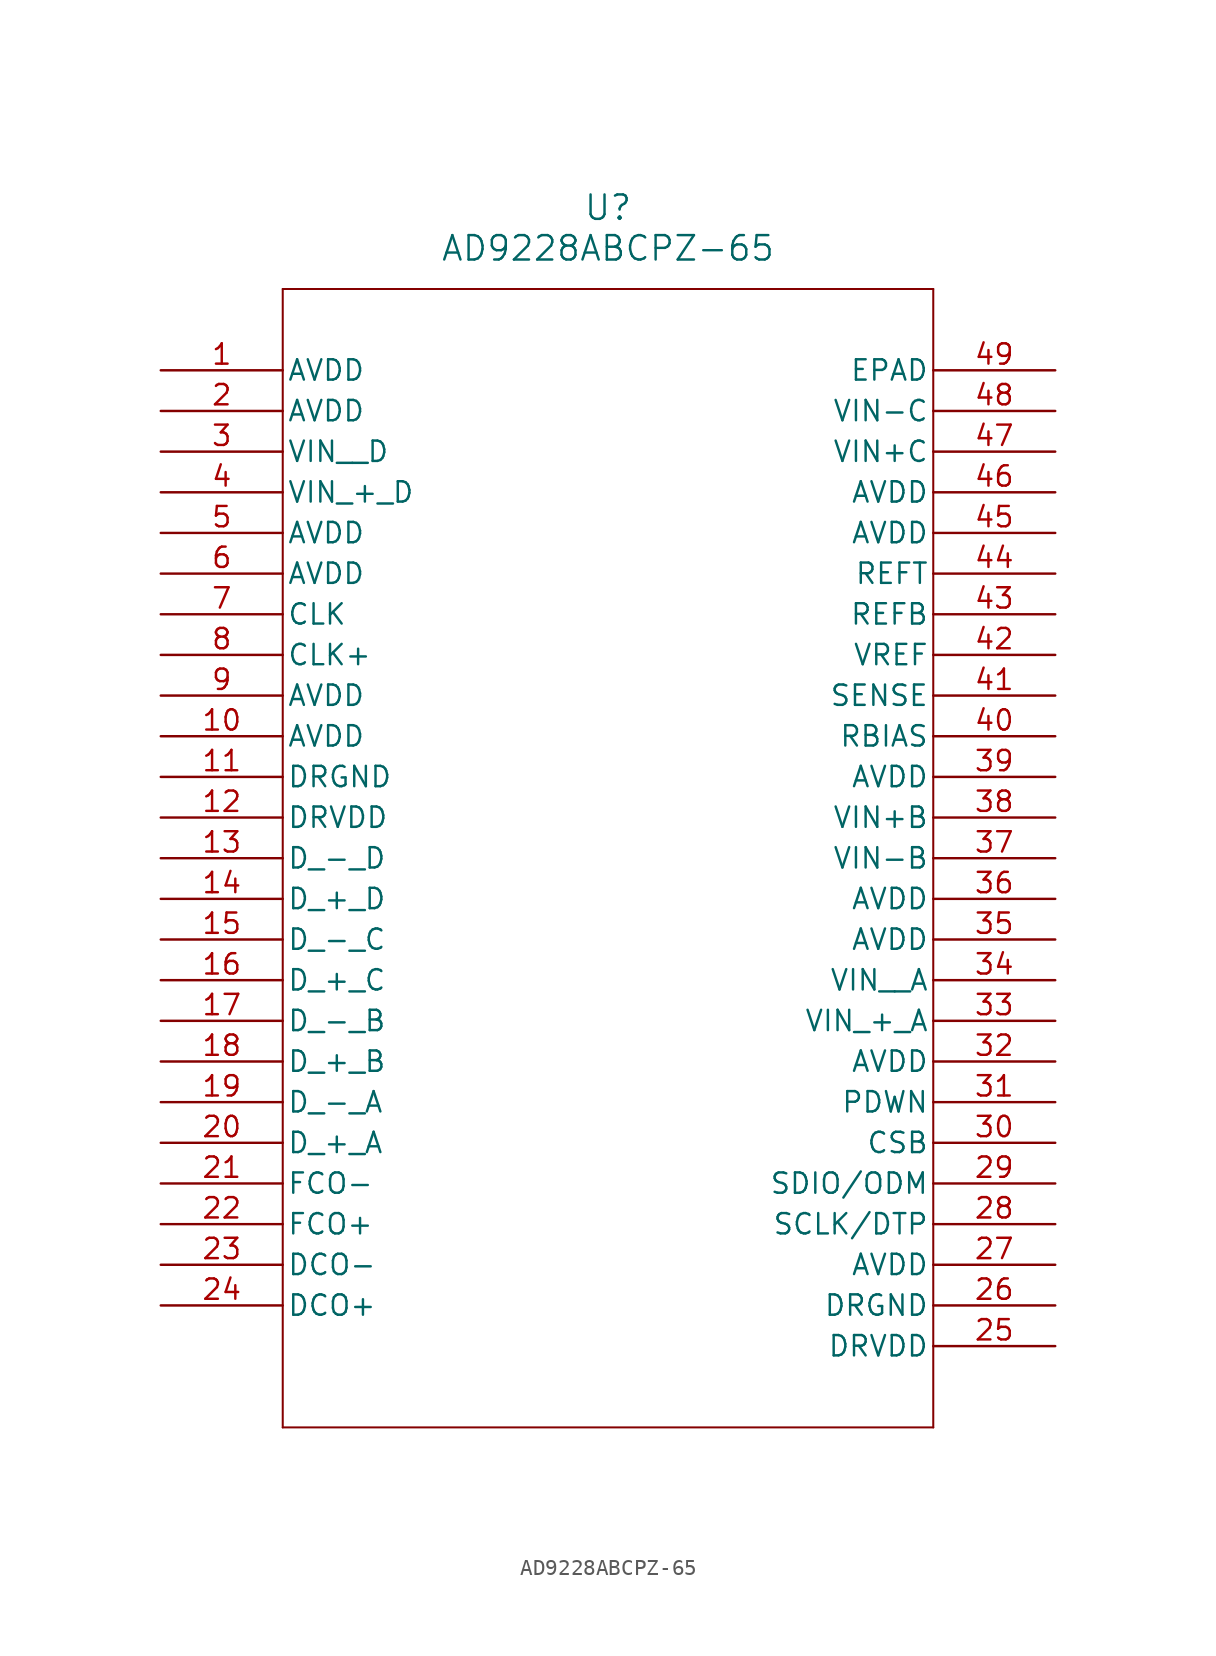
<source format=kicad_sym>
(kicad_symbol_lib
  (version 20231120)
  (generator "kicad_symbol_editor")
  (generator_version "8.0")
  (symbol "AD9228ABCPZ-65"
    (pin_names
      (offset 0.254))
    (property "Reference" "U"
      (at 27.94 10.16 0)
      (effects (font (size 1.524 1.524))))
    (property "Value" "AD9228ABCPZ-65"
      (at 27.94 7.62 0)
      (effects (font (size 1.524 1.524))))
    (property "ki_locked" ""
      (at 0 0 0)
      (effects (font (size 1.27 1.27))))
    (symbol "AD9228ABCPZ-65_0_1"
      (polyline (pts (xy 7.62 -66.04) (xy 48.26 -66.04)) (stroke (width 0.127) (type default)) (fill (type none)))
      (polyline (pts (xy 7.62 5.08) (xy 7.62 -66.04)) (stroke (width 0.127) (type default)) (fill (type none)))
      (polyline (pts (xy 48.26 -66.04) (xy 48.26 5.08)) (stroke (width 0.127) (type default)) (fill (type none)))
      (polyline (pts (xy 48.26 5.08) (xy 7.62 5.08)) (stroke (width 0.127) (type default)) (fill (type none)))
      (pin power_in line (at 0 0 0) (length 7.62) (name "AVDD" (effects (font (size 1.27 1.27)))) (number "1" (effects (font (size 1.27 1.27)))))
      (pin power_in line (at 0 -22.86 0) (length 7.62) (name "AVDD" (effects (font (size 1.27 1.27)))) (number "10" (effects (font (size 1.27 1.27)))))
      (pin power_out line (at 0 -25.4 0) (length 7.62) (name "DRGND" (effects (font (size 1.27 1.27)))) (number "11" (effects (font (size 1.27 1.27)))))
      (pin power_in line (at 0 -27.94 0) (length 7.62) (name "DRVDD" (effects (font (size 1.27 1.27)))) (number "12" (effects (font (size 1.27 1.27)))))
      (pin unspecified line (at 0 -30.48 0) (length 7.62) (name "D_-_D" (effects (font (size 1.27 1.27)))) (number "13" (effects (font (size 1.27 1.27)))))
      (pin unspecified line (at 0 -33.02 0) (length 7.62) (name "D_+_D" (effects (font (size 1.27 1.27)))) (number "14" (effects (font (size 1.27 1.27)))))
      (pin unspecified line (at 0 -35.56 0) (length 7.62) (name "D_-_C" (effects (font (size 1.27 1.27)))) (number "15" (effects (font (size 1.27 1.27)))))
      (pin unspecified line (at 0 -38.1 0) (length 7.62) (name "D_+_C" (effects (font (size 1.27 1.27)))) (number "16" (effects (font (size 1.27 1.27)))))
      (pin unspecified line (at 0 -40.64 0) (length 7.62) (name "D_-_B" (effects (font (size 1.27 1.27)))) (number "17" (effects (font (size 1.27 1.27)))))
      (pin unspecified line (at 0 -43.18 0) (length 7.62) (name "D_+_B" (effects (font (size 1.27 1.27)))) (number "18" (effects (font (size 1.27 1.27)))))
      (pin unspecified line (at 0 -45.72 0) (length 7.62) (name "D_-_A" (effects (font (size 1.27 1.27)))) (number "19" (effects (font (size 1.27 1.27)))))
      (pin power_in line (at 0 -2.54 0) (length 7.62) (name "AVDD" (effects (font (size 1.27 1.27)))) (number "2" (effects (font (size 1.27 1.27)))))
      (pin unspecified line (at 0 -48.26 0) (length 7.62) (name "D_+_A" (effects (font (size 1.27 1.27)))) (number "20" (effects (font (size 1.27 1.27)))))
      (pin output line (at 0 -50.8 0) (length 7.62) (name "FCO-" (effects (font (size 1.27 1.27)))) (number "21" (effects (font (size 1.27 1.27)))))
      (pin output line (at 0 -53.34 0) (length 7.62) (name "FCO+" (effects (font (size 1.27 1.27)))) (number "22" (effects (font (size 1.27 1.27)))))
      (pin output line (at 0 -55.88 0) (length 7.62) (name "DCO-" (effects (font (size 1.27 1.27)))) (number "23" (effects (font (size 1.27 1.27)))))
      (pin output line (at 0 -58.42 0) (length 7.62) (name "DCO+" (effects (font (size 1.27 1.27)))) (number "24" (effects (font (size 1.27 1.27)))))
      (pin power_in line (at 55.88 -60.96 180) (length 7.62) (name "DRVDD" (effects (font (size 1.27 1.27)))) (number "25" (effects (font (size 1.27 1.27)))))
      (pin power_out line (at 55.88 -58.42 180) (length 7.62) (name "DRGND" (effects (font (size 1.27 1.27)))) (number "26" (effects (font (size 1.27 1.27)))))
      (pin power_in line (at 55.88 -55.88 180) (length 7.62) (name "AVDD" (effects (font (size 1.27 1.27)))) (number "27" (effects (font (size 1.27 1.27)))))
      (pin unspecified line (at 55.88 -53.34 180) (length 7.62) (name "SCLK/DTP" (effects (font (size 1.27 1.27)))) (number "28" (effects (font (size 1.27 1.27)))))
      (pin bidirectional line (at 55.88 -50.8 180) (length 7.62) (name "SDIO/ODM" (effects (font (size 1.27 1.27)))) (number "29" (effects (font (size 1.27 1.27)))))
      (pin power_in line (at 0 -5.08 0) (length 7.62) (name "VIN__D" (effects (font (size 1.27 1.27)))) (number "3" (effects (font (size 1.27 1.27)))))
      (pin unspecified line (at 55.88 -48.26 180) (length 7.62) (name "CSB" (effects (font (size 1.27 1.27)))) (number "30" (effects (font (size 1.27 1.27)))))
      (pin power_in line (at 55.88 -45.72 180) (length 7.62) (name "PDWN" (effects (font (size 1.27 1.27)))) (number "31" (effects (font (size 1.27 1.27)))))
      (pin power_in line (at 55.88 -43.18 180) (length 7.62) (name "AVDD" (effects (font (size 1.27 1.27)))) (number "32" (effects (font (size 1.27 1.27)))))
      (pin power_in line (at 55.88 -40.64 180) (length 7.62) (name "VIN_+_A" (effects (font (size 1.27 1.27)))) (number "33" (effects (font (size 1.27 1.27)))))
      (pin power_in line (at 55.88 -38.1 180) (length 7.62) (name "VIN__A" (effects (font (size 1.27 1.27)))) (number "34" (effects (font (size 1.27 1.27)))))
      (pin power_in line (at 55.88 -35.56 180) (length 7.62) (name "AVDD" (effects (font (size 1.27 1.27)))) (number "35" (effects (font (size 1.27 1.27)))))
      (pin power_in line (at 55.88 -33.02 180) (length 7.62) (name "AVDD" (effects (font (size 1.27 1.27)))) (number "36" (effects (font (size 1.27 1.27)))))
      (pin power_in line (at 55.88 -30.48 180) (length 7.62) (name "VIN-B" (effects (font (size 1.27 1.27)))) (number "37" (effects (font (size 1.27 1.27)))))
      (pin power_in line (at 55.88 -27.94 180) (length 7.62) (name "VIN+B" (effects (font (size 1.27 1.27)))) (number "38" (effects (font (size 1.27 1.27)))))
      (pin power_in line (at 55.88 -25.4 180) (length 7.62) (name "AVDD" (effects (font (size 1.27 1.27)))) (number "39" (effects (font (size 1.27 1.27)))))
      (pin power_in line (at 0 -7.62 0) (length 7.62) (name "VIN_+_D" (effects (font (size 1.27 1.27)))) (number "4" (effects (font (size 1.27 1.27)))))
      (pin unspecified line (at 55.88 -22.86 180) (length 7.62) (name "RBIAS" (effects (font (size 1.27 1.27)))) (number "40" (effects (font (size 1.27 1.27)))))
      (pin unspecified line (at 55.88 -20.32 180) (length 7.62) (name "SENSE" (effects (font (size 1.27 1.27)))) (number "41" (effects (font (size 1.27 1.27)))))
      (pin power_in line (at 55.88 -17.78 180) (length 7.62) (name "VREF" (effects (font (size 1.27 1.27)))) (number "42" (effects (font (size 1.27 1.27)))))
      (pin unspecified line (at 55.88 -15.24 180) (length 7.62) (name "REFB" (effects (font (size 1.27 1.27)))) (number "43" (effects (font (size 1.27 1.27)))))
      (pin unspecified line (at 55.88 -12.7 180) (length 7.62) (name "REFT" (effects (font (size 1.27 1.27)))) (number "44" (effects (font (size 1.27 1.27)))))
      (pin power_in line (at 55.88 -10.16 180) (length 7.62) (name "AVDD" (effects (font (size 1.27 1.27)))) (number "45" (effects (font (size 1.27 1.27)))))
      (pin power_in line (at 55.88 -7.62 180) (length 7.62) (name "AVDD" (effects (font (size 1.27 1.27)))) (number "46" (effects (font (size 1.27 1.27)))))
      (pin power_in line (at 55.88 -5.08 180) (length 7.62) (name "VIN+C" (effects (font (size 1.27 1.27)))) (number "47" (effects (font (size 1.27 1.27)))))
      (pin power_in line (at 55.88 -2.54 180) (length 7.62) (name "VIN-C" (effects (font (size 1.27 1.27)))) (number "48" (effects (font (size 1.27 1.27)))))
      (pin unspecified line (at 55.88 0 180) (length 7.62) (name "EPAD" (effects (font (size 1.27 1.27)))) (number "49" (effects (font (size 1.27 1.27)))))
      (pin power_in line (at 0 -10.16 0) (length 7.62) (name "AVDD" (effects (font (size 1.27 1.27)))) (number "5" (effects (font (size 1.27 1.27)))))
      (pin power_in line (at 0 -12.7 0) (length 7.62) (name "AVDD" (effects (font (size 1.27 1.27)))) (number "6" (effects (font (size 1.27 1.27)))))
      (pin unspecified line (at 0 -15.24 0) (length 7.62) (name "CLK" (effects (font (size 1.27 1.27)))) (number "7" (effects (font (size 1.27 1.27)))))
      (pin unspecified line (at 0 -17.78 0) (length 7.62) (name "CLK+" (effects (font (size 1.27 1.27)))) (number "8" (effects (font (size 1.27 1.27)))))
      (pin power_in line (at 0 -20.32 0) (length 7.62) (name "AVDD" (effects (font (size 1.27 1.27)))) (number "9" (effects (font (size 1.27 1.27))))))))
</source>
